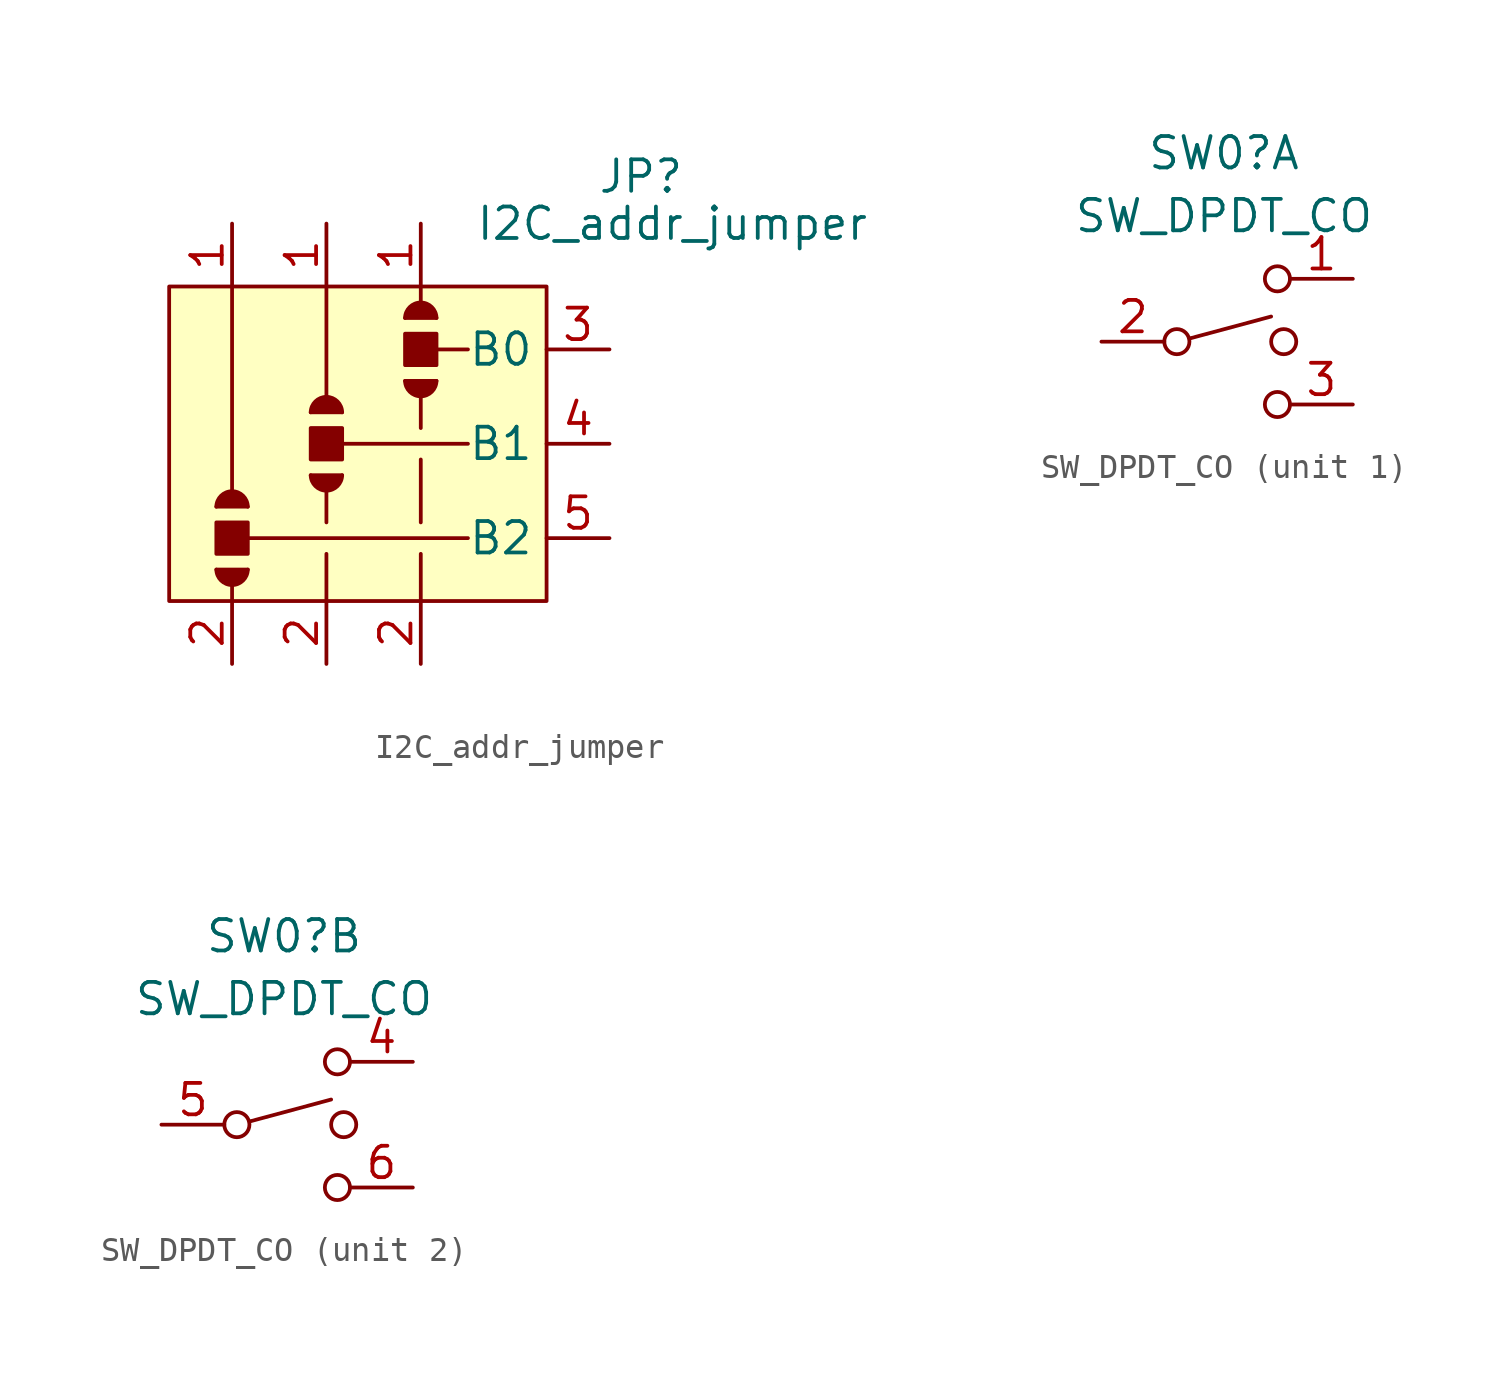
<source format=kicad_sym>
(kicad_symbol_lib
  (version 20211014)
  (generator kicad_symbol_editor)
  (symbol "I2C_addr_jumper"
    (property "Reference" "JP"
      (at 12.7 10.795 0)
      (effects (font (size 1.27 1.27))))
    (property "Value" "I2C_addr_jumper"
      (at 13.97 8.89 0)
      (effects (font (size 1.27 1.27))))
    (symbol "I2C_addr_jumper_0_1"
      (rectangle (start -6.35 6.35) (end 8.89 -6.35) (stroke (width 0) (type default) (color 0 0 0 0)) (fill (type background)))
      (arc (start -4.445 -5.08) (mid -3.81 -5.7038) (end -3.175 -5.08) (stroke (width 0) (type default) (color 0 0 0 0)) (fill (type outline)))
      (rectangle (start -4.445 -3.175) (end -3.175 -4.445) (stroke (width 0) (type default) (color 0 0 0 0)) (fill (type outline)))
      (arc (start -3.175 -2.54) (mid -3.81 -1.9162) (end -4.445 -2.54) (stroke (width 0) (type default) (color 0 0 0 0)) (fill (type outline)))
      (arc (start -0.635 -1.27) (mid 0 -1.8938) (end 0.635 -1.27) (stroke (width 0) (type default) (color 0 0 0 0)) (fill (type outline)))
      (rectangle (start -0.635 0.635) (end 0.635 -0.635) (stroke (width 0) (type default) (color 0 0 0 0)) (fill (type outline)))
      (polyline (pts (xy -4.445 -2.54) (xy -3.175 -2.54)) (stroke (width 0) (type default) (color 0 0 0 0)) (fill (type outline)))
      (polyline (pts (xy -3.81 -5.715) (xy -3.81 -6.35)) (stroke (width 0) (type default) (color 0 0 0 0)) (fill (type none)))
      (polyline (pts (xy -3.81 6.35) (xy -3.81 -1.905)) (stroke (width 0) (type default) (color 0 0 0 0)) (fill (type none)))
      (polyline (pts (xy -3.175 -5.08) (xy -4.445 -5.08)) (stroke (width 0) (type default) (color 0 0 0 0)) (fill (type outline)))
      (polyline (pts (xy -0.635 1.27) (xy 0.635 1.27)) (stroke (width 0) (type default) (color 0 0 0 0)) (fill (type outline)))
      (polyline (pts (xy 0 -4.445) (xy 0 -6.35)) (stroke (width 0) (type default) (color 0 0 0 0)) (fill (type none)))
      (polyline (pts (xy 0 -1.905) (xy 0 -3.175)) (stroke (width 0) (type default) (color 0 0 0 0)) (fill (type none)))
      (polyline (pts (xy 0 6.35) (xy 0 1.905)) (stroke (width 0) (type default) (color 0 0 0 0)) (fill (type none)))
      (polyline (pts (xy 0.635 -1.27) (xy -0.635 -1.27)) (stroke (width 0) (type default) (color 0 0 0 0)) (fill (type outline)))
      (polyline (pts (xy 3.175 5.08) (xy 4.445 5.08)) (stroke (width 0) (type default) (color 0 0 0 0)) (fill (type outline)))
      (polyline (pts (xy 3.81 -4.445) (xy 3.81 -6.35)) (stroke (width 0) (type default) (color 0 0 0 0)) (fill (type none)))
      (polyline (pts (xy 3.81 -0.635) (xy 3.81 -3.175)) (stroke (width 0) (type default) (color 0 0 0 0)) (fill (type none)))
      (polyline (pts (xy 3.81 1.905) (xy 3.81 0.635)) (stroke (width 0) (type default) (color 0 0 0 0)) (fill (type none)))
      (polyline (pts (xy 3.81 6.35) (xy 3.81 5.715)) (stroke (width 0) (type default) (color 0 0 0 0)) (fill (type none)))
      (polyline (pts (xy 4.445 2.54) (xy 3.175 2.54)) (stroke (width 0) (type default) (color 0 0 0 0)) (fill (type outline)))
      (polyline (pts (xy 5.715 -3.81) (xy -3.175 -3.81)) (stroke (width 0) (type default) (color 0 0 0 0)) (fill (type none)))
      (polyline (pts (xy 5.715 0) (xy 0.635 0)) (stroke (width 0) (type default) (color 0 0 0 0)) (fill (type none)))
      (polyline (pts (xy 5.715 3.81) (xy 4.445 3.81)) (stroke (width 0) (type default) (color 0 0 0 0)) (fill (type none)))
      (arc (start 0.635 1.27) (mid 0 1.8938) (end -0.635 1.27) (stroke (width 0) (type default) (color 0 0 0 0)) (fill (type outline)))
      (arc (start 3.175 2.54) (mid 3.81 1.9162) (end 4.445 2.54) (stroke (width 0) (type default) (color 0 0 0 0)) (fill (type outline)))
      (rectangle (start 3.175 4.445) (end 4.445 3.175) (stroke (width 0) (type default) (color 0 0 0 0)) (fill (type outline)))
      (arc (start 4.445 5.08) (mid 3.81 5.7038) (end 3.175 5.08) (stroke (width 0) (type default) (color 0 0 0 0)) (fill (type outline))))
    (symbol "I2C_addr_jumper_1_1"
      (pin passive line (at -3.81 8.89 270) (length 2.54) (name "" (effects (font (size 1.27 1.27)))) (number "1" (effects (font (size 1.27 1.27)))))
      (pin passive line (at 0 8.89 270) (length 2.54) (name "" (effects (font (size 1.27 1.27)))) (number "1" (effects (font (size 1.27 1.27)))))
      (pin passive line (at 3.81 8.89 270) (length 2.54) (name "" (effects (font (size 1.27 1.27)))) (number "1" (effects (font (size 1.27 1.27)))))
      (pin passive line (at -3.81 -8.89 90) (length 2.54) (name "" (effects (font (size 1.27 1.27)))) (number "2" (effects (font (size 1.27 1.27)))))
      (pin passive line (at 0 -8.89 90) (length 2.54) (name "" (effects (font (size 1.27 1.27)))) (number "2" (effects (font (size 1.27 1.27)))))
      (pin passive line (at 3.81 -8.89 90) (length 2.54) (name "" (effects (font (size 1.27 1.27)))) (number "2" (effects (font (size 1.27 1.27)))))
      (pin output line (at 11.43 3.81 180) (length 2.54) (name "B0" (effects (font (size 1.27 1.27)))) (number "3" (effects (font (size 1.27 1.27)))))
      (pin output line (at 11.43 0 180) (length 2.54) (name "B1" (effects (font (size 1.27 1.27)))) (number "4" (effects (font (size 1.27 1.27)))))
      (pin output line (at 11.43 -3.81 180) (length 2.54) (name "B2" (effects (font (size 1.27 1.27)))) (number "5" (effects (font (size 1.27 1.27)))))))
  (symbol "SW_DPDT_CO"
    (pin_names
      (offset 0) hide)
    (property "Reference" "SW0"
      (at -0.127 7.62 0)
      (effects (font (size 1.27 1.27))))
    (property "Value" "SW_DPDT_CO"
      (at -0.127 5.08 0)
      (effects (font (size 1.27 1.27))))
    (symbol "SW_DPDT_CO_0_0"
      (circle (center -2.032 0) (radius 0.508) (stroke (width 0) (type default) (color 0 0 0 0)) (fill (type none)))
      (polyline (pts (xy -1.524 0.127) (xy 1.778 1.016)) (stroke (width 0) (type default) (color 0 0 0 0)) (fill (type none)))
      (circle (center 2.032 -2.54) (radius 0.508) (stroke (width 0) (type default) (color 0 0 0 0)) (fill (type none))))
    (symbol "SW_DPDT_CO_0_1"
      (circle (center 2.032 2.54) (radius 0.508) (stroke (width 0) (type default) (color 0 0 0 0)) (fill (type none)))
      (circle (center 2.286 0) (radius 0.508) (stroke (width 0) (type default) (color 0 0 0 0)) (fill (type none))))
    (symbol "SW_DPDT_CO_1_1"
      (pin passive line (at 5.08 2.54 180) (length 2.54) (name "1" (effects (font (size 1.27 1.27)))) (number "1" (effects (font (size 1.27 1.27)))))
      (pin passive line (at -5.08 0 0) (length 2.54) (name "2" (effects (font (size 1.27 1.27)))) (number "2" (effects (font (size 1.27 1.27)))))
      (pin passive line (at 5.08 -2.54 180) (length 2.54) (name "3" (effects (font (size 1.27 1.27)))) (number "3" (effects (font (size 1.27 1.27))))))
    (symbol "SW_DPDT_CO_2_1"
      (pin passive line (at 5.08 2.54 180) (length 2.54) (name "4" (effects (font (size 1.27 1.27)))) (number "4" (effects (font (size 1.27 1.27)))))
      (pin passive line (at -5.08 0 0) (length 2.54) (name "5" (effects (font (size 1.27 1.27)))) (number "5" (effects (font (size 1.27 1.27)))))
      (pin passive line (at 5.08 -2.54 180) (length 2.54) (name "6" (effects (font (size 1.27 1.27)))) (number "6" (effects (font (size 1.27 1.27))))))))
</source>
